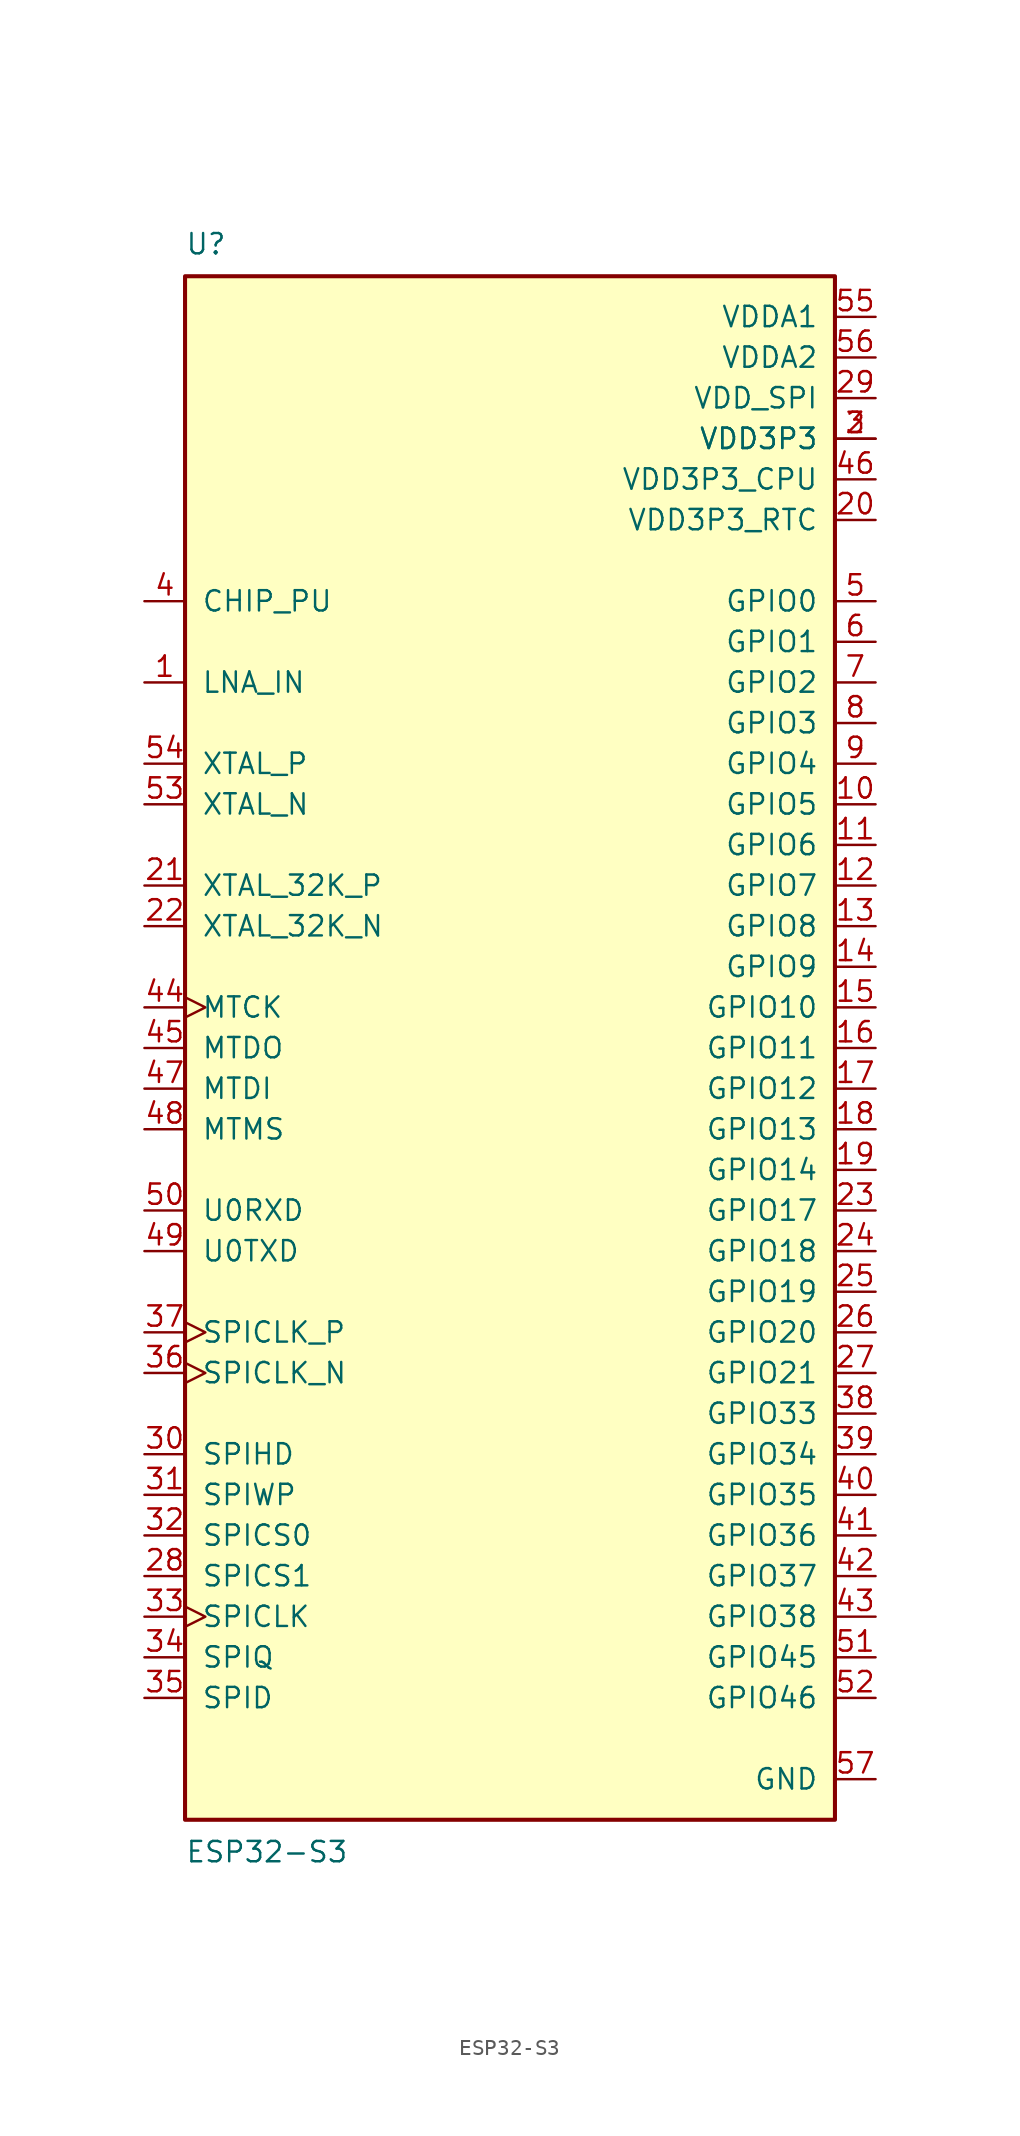
<source format=kicad_sym>
(kicad_symbol_lib
  (version 20220914)
  (generator kicad_symbol_editor)
  (symbol "ESP32-S3"
    (pin_names
      (offset 1.016))
    (property "Reference" "U"
      (at -20.32 49.53 0)
      (effects (font (size 1.27 1.27)) (justify left bottom)))
    (property "Value" "ESP32-S3"
      (at -20.32 -49.53 0)
      (effects (font (size 1.27 1.27)) (justify left top)))
    (symbol "ESP32-S3_0_0"
      (rectangle (start -20.32 -48.26) (end 20.32 48.26) (stroke (width 0.254) (type default)) (fill (type background))))
    (symbol "ESP32-S3_1_0"
      (pin bidirectional line (at -22.86 22.86 0) (length 2.54) (name "LNA_IN" (effects (font (size 1.27 1.27)))) (number "1" (effects (font (size 1.27 1.27)))))
      (pin bidirectional line (at 22.86 15.24 180) (length 2.54) (name "GPIO5" (effects (font (size 1.27 1.27)))) (number "10" (effects (font (size 1.27 1.27)))))
      (pin bidirectional line (at 22.86 12.7 180) (length 2.54) (name "GPIO6" (effects (font (size 1.27 1.27)))) (number "11" (effects (font (size 1.27 1.27)))))
      (pin bidirectional line (at 22.86 10.16 180) (length 2.54) (name "GPIO7" (effects (font (size 1.27 1.27)))) (number "12" (effects (font (size 1.27 1.27)))))
      (pin bidirectional line (at 22.86 7.62 180) (length 2.54) (name "GPIO8" (effects (font (size 1.27 1.27)))) (number "13" (effects (font (size 1.27 1.27)))))
      (pin bidirectional line (at 22.86 5.08 180) (length 2.54) (name "GPIO9" (effects (font (size 1.27 1.27)))) (number "14" (effects (font (size 1.27 1.27)))))
      (pin bidirectional line (at 22.86 2.54 180) (length 2.54) (name "GPIO10" (effects (font (size 1.27 1.27)))) (number "15" (effects (font (size 1.27 1.27)))))
      (pin bidirectional line (at 22.86 0 180) (length 2.54) (name "GPIO11" (effects (font (size 1.27 1.27)))) (number "16" (effects (font (size 1.27 1.27)))))
      (pin bidirectional line (at 22.86 -2.54 180) (length 2.54) (name "GPIO12" (effects (font (size 1.27 1.27)))) (number "17" (effects (font (size 1.27 1.27)))))
      (pin bidirectional line (at 22.86 -5.08 180) (length 2.54) (name "GPIO13" (effects (font (size 1.27 1.27)))) (number "18" (effects (font (size 1.27 1.27)))))
      (pin bidirectional line (at 22.86 -7.62 180) (length 2.54) (name "GPIO14" (effects (font (size 1.27 1.27)))) (number "19" (effects (font (size 1.27 1.27)))))
      (pin power_in line (at 22.86 38.1 180) (length 2.54) (name "VDD3P3" (effects (font (size 1.27 1.27)))) (number "2" (effects (font (size 1.27 1.27)))))
      (pin power_in line (at 22.86 33.02 180) (length 2.54) (name "VDD3P3_RTC" (effects (font (size 1.27 1.27)))) (number "20" (effects (font (size 1.27 1.27)))))
      (pin bidirectional line (at -22.86 10.16 0) (length 2.54) (name "XTAL_32K_P" (effects (font (size 1.27 1.27)))) (number "21" (effects (font (size 1.27 1.27)))))
      (pin bidirectional line (at -22.86 7.62 0) (length 2.54) (name "XTAL_32K_N" (effects (font (size 1.27 1.27)))) (number "22" (effects (font (size 1.27 1.27)))))
      (pin bidirectional line (at 22.86 -10.16 180) (length 2.54) (name "GPIO17" (effects (font (size 1.27 1.27)))) (number "23" (effects (font (size 1.27 1.27)))))
      (pin bidirectional line (at 22.86 -12.7 180) (length 2.54) (name "GPIO18" (effects (font (size 1.27 1.27)))) (number "24" (effects (font (size 1.27 1.27)))))
      (pin bidirectional line (at 22.86 -15.24 180) (length 2.54) (name "GPIO19" (effects (font (size 1.27 1.27)))) (number "25" (effects (font (size 1.27 1.27)))))
      (pin bidirectional line (at 22.86 -17.78 180) (length 2.54) (name "GPIO20" (effects (font (size 1.27 1.27)))) (number "26" (effects (font (size 1.27 1.27)))))
      (pin bidirectional line (at 22.86 -20.32 180) (length 2.54) (name "GPIO21" (effects (font (size 1.27 1.27)))) (number "27" (effects (font (size 1.27 1.27)))))
      (pin bidirectional line (at -22.86 -33.02 0) (length 2.54) (name "SPICS1" (effects (font (size 1.27 1.27)))) (number "28" (effects (font (size 1.27 1.27)))))
      (pin power_in line (at 22.86 40.64 180) (length 2.54) (name "VDD_SPI" (effects (font (size 1.27 1.27)))) (number "29" (effects (font (size 1.27 1.27)))))
      (pin power_in line (at 22.86 38.1 180) (length 2.54) (name "VDD3P3" (effects (font (size 1.27 1.27)))) (number "3" (effects (font (size 1.27 1.27)))))
      (pin bidirectional line (at -22.86 -25.4 0) (length 2.54) (name "SPIHD" (effects (font (size 1.27 1.27)))) (number "30" (effects (font (size 1.27 1.27)))))
      (pin bidirectional line (at -22.86 -27.94 0) (length 2.54) (name "SPIWP" (effects (font (size 1.27 1.27)))) (number "31" (effects (font (size 1.27 1.27)))))
      (pin bidirectional line (at -22.86 -30.48 0) (length 2.54) (name "SPICS0" (effects (font (size 1.27 1.27)))) (number "32" (effects (font (size 1.27 1.27)))))
      (pin bidirectional clock (at -22.86 -35.56 0) (length 2.54) (name "SPICLK" (effects (font (size 1.27 1.27)))) (number "33" (effects (font (size 1.27 1.27)))))
      (pin bidirectional line (at -22.86 -38.1 0) (length 2.54) (name "SPIQ" (effects (font (size 1.27 1.27)))) (number "34" (effects (font (size 1.27 1.27)))))
      (pin bidirectional line (at -22.86 -40.64 0) (length 2.54) (name "SPID" (effects (font (size 1.27 1.27)))) (number "35" (effects (font (size 1.27 1.27)))))
      (pin bidirectional clock (at -22.86 -20.32 0) (length 2.54) (name "SPICLK_N" (effects (font (size 1.27 1.27)))) (number "36" (effects (font (size 1.27 1.27)))))
      (pin bidirectional clock (at -22.86 -17.78 0) (length 2.54) (name "SPICLK_P" (effects (font (size 1.27 1.27)))) (number "37" (effects (font (size 1.27 1.27)))))
      (pin bidirectional line (at 22.86 -22.86 180) (length 2.54) (name "GPIO33" (effects (font (size 1.27 1.27)))) (number "38" (effects (font (size 1.27 1.27)))))
      (pin bidirectional line (at 22.86 -25.4 180) (length 2.54) (name "GPIO34" (effects (font (size 1.27 1.27)))) (number "39" (effects (font (size 1.27 1.27)))))
      (pin input line (at -22.86 27.94 0) (length 2.54) (name "CHIP_PU" (effects (font (size 1.27 1.27)))) (number "4" (effects (font (size 1.27 1.27)))))
      (pin bidirectional line (at 22.86 -27.94 180) (length 2.54) (name "GPIO35" (effects (font (size 1.27 1.27)))) (number "40" (effects (font (size 1.27 1.27)))))
      (pin bidirectional line (at 22.86 -30.48 180) (length 2.54) (name "GPIO36" (effects (font (size 1.27 1.27)))) (number "41" (effects (font (size 1.27 1.27)))))
      (pin bidirectional line (at 22.86 -33.02 180) (length 2.54) (name "GPIO37" (effects (font (size 1.27 1.27)))) (number "42" (effects (font (size 1.27 1.27)))))
      (pin bidirectional line (at 22.86 -35.56 180) (length 2.54) (name "GPIO38" (effects (font (size 1.27 1.27)))) (number "43" (effects (font (size 1.27 1.27)))))
      (pin bidirectional clock (at -22.86 2.54 0) (length 2.54) (name "MTCK" (effects (font (size 1.27 1.27)))) (number "44" (effects (font (size 1.27 1.27)))))
      (pin bidirectional line (at -22.86 0 0) (length 2.54) (name "MTDO" (effects (font (size 1.27 1.27)))) (number "45" (effects (font (size 1.27 1.27)))))
      (pin power_in line (at 22.86 35.56 180) (length 2.54) (name "VDD3P3_CPU" (effects (font (size 1.27 1.27)))) (number "46" (effects (font (size 1.27 1.27)))))
      (pin bidirectional line (at -22.86 -2.54 0) (length 2.54) (name "MTDI" (effects (font (size 1.27 1.27)))) (number "47" (effects (font (size 1.27 1.27)))))
      (pin bidirectional line (at -22.86 -5.08 0) (length 2.54) (name "MTMS" (effects (font (size 1.27 1.27)))) (number "48" (effects (font (size 1.27 1.27)))))
      (pin bidirectional line (at -22.86 -12.7 0) (length 2.54) (name "U0TXD" (effects (font (size 1.27 1.27)))) (number "49" (effects (font (size 1.27 1.27)))))
      (pin bidirectional line (at 22.86 27.94 180) (length 2.54) (name "GPIO0" (effects (font (size 1.27 1.27)))) (number "5" (effects (font (size 1.27 1.27)))))
      (pin bidirectional line (at -22.86 -10.16 0) (length 2.54) (name "U0RXD" (effects (font (size 1.27 1.27)))) (number "50" (effects (font (size 1.27 1.27)))))
      (pin bidirectional line (at 22.86 -38.1 180) (length 2.54) (name "GPIO45" (effects (font (size 1.27 1.27)))) (number "51" (effects (font (size 1.27 1.27)))))
      (pin bidirectional line (at 22.86 -40.64 180) (length 2.54) (name "GPIO46" (effects (font (size 1.27 1.27)))) (number "52" (effects (font (size 1.27 1.27)))))
      (pin output line (at -22.86 15.24 0) (length 2.54) (name "XTAL_N" (effects (font (size 1.27 1.27)))) (number "53" (effects (font (size 1.27 1.27)))))
      (pin input line (at -22.86 17.78 0) (length 2.54) (name "XTAL_P" (effects (font (size 1.27 1.27)))) (number "54" (effects (font (size 1.27 1.27)))))
      (pin power_in line (at 22.86 45.72 180) (length 2.54) (name "VDDA1" (effects (font (size 1.27 1.27)))) (number "55" (effects (font (size 1.27 1.27)))))
      (pin power_in line (at 22.86 43.18 180) (length 2.54) (name "VDDA2" (effects (font (size 1.27 1.27)))) (number "56" (effects (font (size 1.27 1.27)))))
      (pin power_in line (at 22.86 -45.72 180) (length 2.54) (name "GND" (effects (font (size 1.27 1.27)))) (number "57" (effects (font (size 1.27 1.27)))))
      (pin bidirectional line (at 22.86 25.4 180) (length 2.54) (name "GPIO1" (effects (font (size 1.27 1.27)))) (number "6" (effects (font (size 1.27 1.27)))))
      (pin bidirectional line (at 22.86 22.86 180) (length 2.54) (name "GPIO2" (effects (font (size 1.27 1.27)))) (number "7" (effects (font (size 1.27 1.27)))))
      (pin bidirectional line (at 22.86 20.32 180) (length 2.54) (name "GPIO3" (effects (font (size 1.27 1.27)))) (number "8" (effects (font (size 1.27 1.27)))))
      (pin bidirectional line (at 22.86 17.78 180) (length 2.54) (name "GPIO4" (effects (font (size 1.27 1.27)))) (number "9" (effects (font (size 1.27 1.27))))))))
</source>
